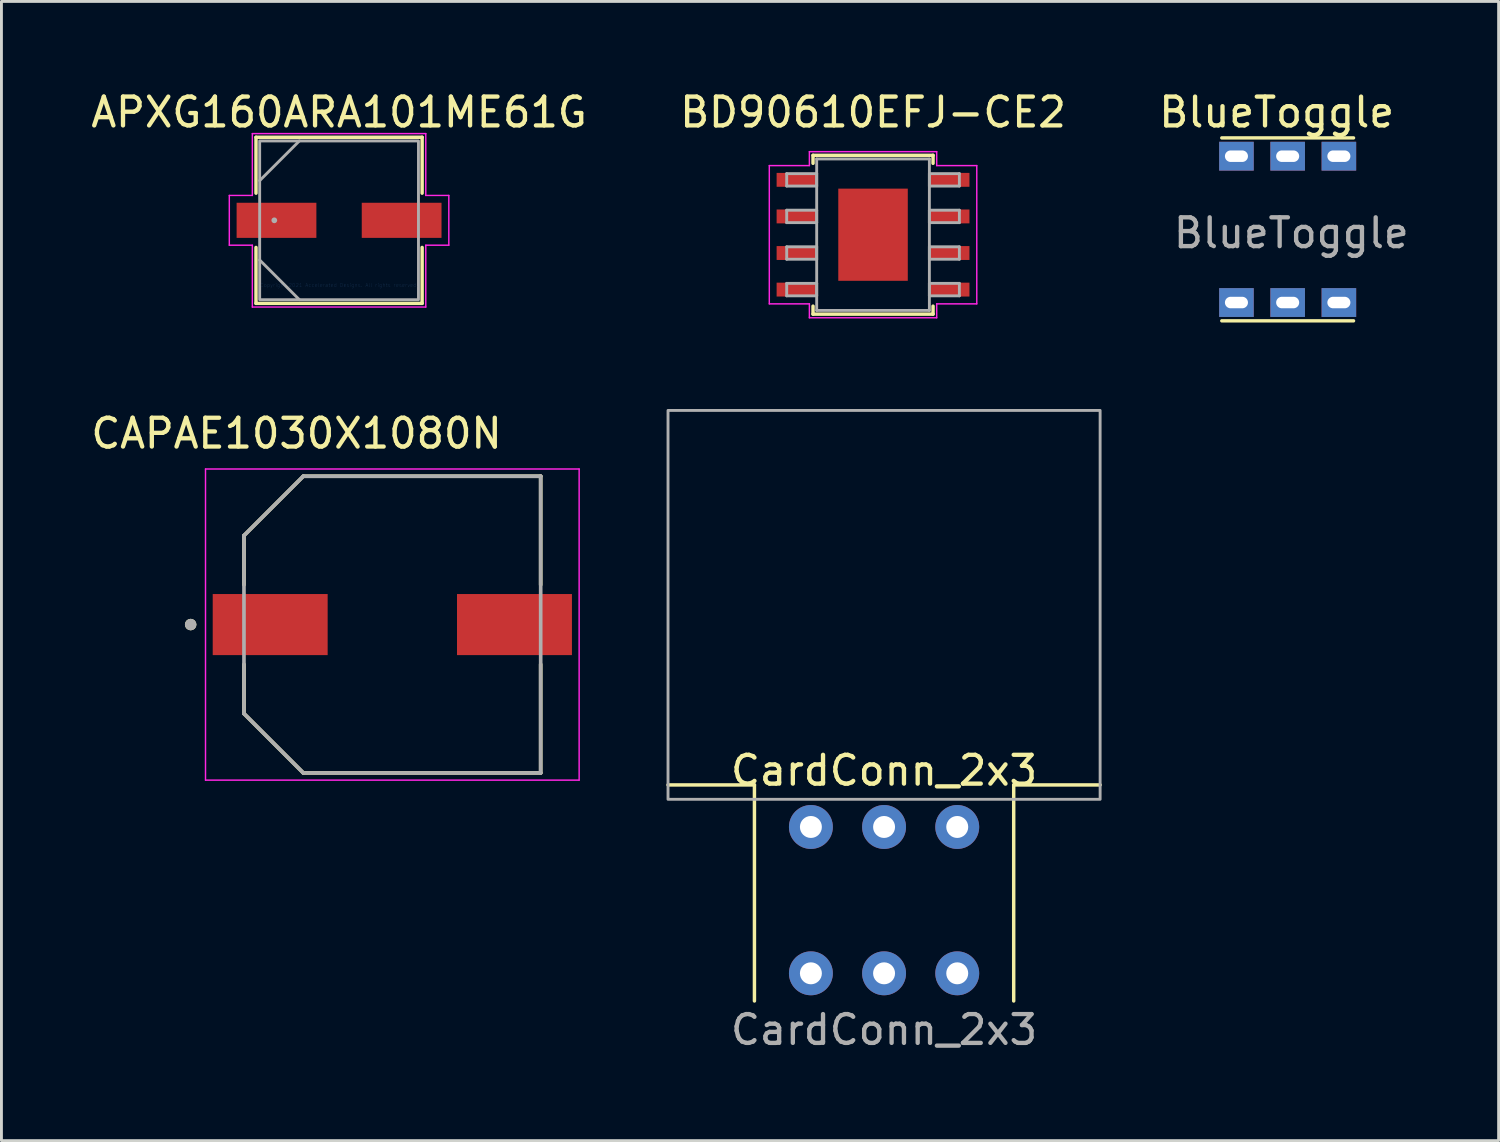
<source format=kicad_pcb>
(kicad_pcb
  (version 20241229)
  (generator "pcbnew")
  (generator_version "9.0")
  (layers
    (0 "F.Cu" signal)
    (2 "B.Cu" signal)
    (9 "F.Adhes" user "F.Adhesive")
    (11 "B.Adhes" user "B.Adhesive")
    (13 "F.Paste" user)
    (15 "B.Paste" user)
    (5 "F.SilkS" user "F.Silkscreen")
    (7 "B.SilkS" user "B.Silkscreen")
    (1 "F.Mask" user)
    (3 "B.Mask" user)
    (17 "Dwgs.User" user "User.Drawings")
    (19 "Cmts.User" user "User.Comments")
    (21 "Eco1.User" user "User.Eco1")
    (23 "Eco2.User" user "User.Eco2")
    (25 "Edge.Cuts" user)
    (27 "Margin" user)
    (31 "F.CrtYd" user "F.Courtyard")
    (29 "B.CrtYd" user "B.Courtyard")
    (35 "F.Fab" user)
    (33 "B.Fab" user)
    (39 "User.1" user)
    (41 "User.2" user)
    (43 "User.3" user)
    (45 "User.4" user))
  (footprint "BlueToggle"
    (layer "F.Cu")
    (at 41.649 4.912)
    (property "Reference" "BlueToggle" (at -0.381 -4.064 0) (unlocked yes) (layer "F.SilkS") (effects (font (size 1 1) (thickness 0.15))))
    (attr through_hole)
    (fp_line (start -2.286 -3.175) (end 2.286 -3.175) (stroke (width 0.12) (type solid)) (layer "F.SilkS"))
    (fp_line (start -2.286 3.175) (end 2.286 3.175) (stroke (width 0.12) (type solid)) (layer "F.SilkS"))
    (fp_text user "${REFERENCE}" (at 0.127 0.127 0) (unlocked yes) (layer "F.Fab") (effects (font (size 1 1) (thickness 0.15))))
    (pad "1" thru_hole rect (at -1.778 -2.54) (size 1.2 1) (drill oval 0.8 0.4) (layers "*.Cu" "*.Mask"))
    (pad "2" thru_hole rect (at 0 -2.54) (size 1.2 1) (drill oval 0.8 0.4) (layers "*.Cu" "*.Mask"))
    (pad "3" thru_hole rect (at 1.778 -2.54) (size 1.2 1) (drill oval 0.8 0.4) (layers "*.Cu" "*.Mask"))
    (pad "4" thru_hole rect (at -1.778 2.54) (size 1.2 1) (drill oval 0.8 0.4) (layers "*.Cu" "*.Mask"))
    (pad "5" thru_hole rect (at 0 2.54) (size 1.2 1) (drill oval 0.8 0.4) (layers "*.Cu" "*.Mask"))
    (pad "6" thru_hole rect (at 1.778 2.54) (size 1.2 1) (drill oval 0.8 0.4) (layers "*.Cu" "*.Mask")))
  (footprint "APXG160ARA101ME61G"
    (layer "F.Cu")
    (at 8.72 4.598)
    (property "Reference" "APXG160ARA101ME61G" (at 0 -3.75 0) (layer "F.SilkS") (effects (font (size 1 1) (thickness 0.15))))
    (attr smd)
    (fp_line (start -2.883 -2.883) (end -2.883 -0.942) (stroke (width 0.12) (type solid)) (layer "F.SilkS"))
    (fp_line (start -2.883 0.942) (end -2.883 2.883) (stroke (width 0.12) (type solid)) (layer "F.SilkS"))
    (fp_line (start -2.883 2.883) (end 2.883 2.883) (stroke (width 0.12) (type solid)) (layer "F.SilkS"))
    (fp_line (start 2.883 -2.883) (end -2.883 -2.883) (stroke (width 0.12) (type solid)) (layer "F.SilkS"))
    (fp_line (start 2.883 -0.942) (end 2.883 -2.883) (stroke (width 0.12) (type solid)) (layer "F.SilkS"))
    (fp_line (start 2.883 2.883) (end 2.883 0.942) (stroke (width 0.12) (type solid)) (layer "F.SilkS"))
    (fp_line (start -3.81 -0.864) (end -3.01 -0.864) (stroke (width 0.05) (type solid)) (layer "F.CrtYd"))
    (fp_line (start -3.81 0.864) (end -3.81 -0.864) (stroke (width 0.05) (type solid)) (layer "F.CrtYd"))
    (fp_line (start -3.01 -3.01) (end 3.01 -3.01) (stroke (width 0.05) (type solid)) (layer "F.CrtYd"))
    (fp_line (start -3.01 -0.864) (end -3.01 -3.01) (stroke (width 0.05) (type solid)) (layer "F.CrtYd"))
    (fp_line (start -3.01 0.864) (end -3.81 0.864) (stroke (width 0.05) (type solid)) (layer "F.CrtYd"))
    (fp_line (start -3.01 3.01) (end -3.01 0.864) (stroke (width 0.05) (type solid)) (layer "F.CrtYd"))
    (fp_line (start 3.01 -3.01) (end 3.01 -0.864) (stroke (width 0.05) (type solid)) (layer "F.CrtYd"))
    (fp_line (start 3.01 -0.864) (end 3.81 -0.864) (stroke (width 0.05) (type solid)) (layer "F.CrtYd"))
    (fp_line (start 3.01 0.864) (end 3.01 3.01) (stroke (width 0.05) (type solid)) (layer "F.CrtYd"))
    (fp_line (start 3.01 3.01) (end -3.01 3.01) (stroke (width 0.05) (type solid)) (layer "F.CrtYd"))
    (fp_line (start 3.81 -0.864) (end 3.81 0.864) (stroke (width 0.05) (type solid)) (layer "F.CrtYd"))
    (fp_line (start 3.81 0.864) (end 3.01 0.864) (stroke (width 0.05) (type solid)) (layer "F.CrtYd"))
    (fp_line (start -2.756 -1.378) (end -1.378 -2.756) (stroke (width 0.1) (type solid)) (layer "F.Fab"))
    (fp_line (start -2.756 1.378) (end -1.378 2.756) (stroke (width 0.1) (type solid)) (layer "F.Fab"))
    (fp_rect (start -2.756 -2.756) (end 2.756 2.756) (stroke (width 0.1) (type solid)) (fill no) (layer "F.Fab"))
    (fp_circle (center -2.248 0) (end -2.248 0) (stroke (width 0.1) (type solid)) (fill no) (layer "F.Fab"))
    (fp_text user "Copyright 2021 Accelerated Designs. All rights reserved." (at 0 2.25 0) (layer "Cmts.User") (effects (font (size 0.127 0.127) (thickness 0.002))))
    (pad "1" smd rect (at -2.172 0) (size 2.769 1.219) (layers "F.Cu" "F.Mask" "F.Paste"))
    (pad "2" smd rect (at 2.172 0) (size 2.769 1.219) (layers "F.Cu" "F.Mask" "F.Paste")))
  (footprint "BD90610EFJ-CE2"
    (layer "F.Cu")
    (at 27.256 5.098)
    (property "Reference" "BD90610EFJ-CE2" (at 0 -4.25 0) (layer "F.SilkS") (effects (font (size 1 1) (thickness 0.15))))
    (attr smd)
    (fp_line (start -2.083 -2.756) (end -2.083 -2.479) (stroke (width 0.12) (type solid)) (layer "F.SilkS"))
    (fp_line (start -2.083 2.479) (end -2.083 2.756) (stroke (width 0.12) (type solid)) (layer "F.SilkS"))
    (fp_line (start -2.083 2.756) (end 2.083 2.756) (stroke (width 0.12) (type solid)) (layer "F.SilkS"))
    (fp_line (start 2.083 -2.756) (end -2.083 -2.756) (stroke (width 0.12) (type solid)) (layer "F.SilkS"))
    (fp_line (start 2.083 -2.479) (end 2.083 -2.756) (stroke (width 0.12) (type solid)) (layer "F.SilkS"))
    (fp_line (start 2.083 2.756) (end 2.083 2.479) (stroke (width 0.12) (type solid)) (layer "F.SilkS"))
    (fp_poly (pts (xy -1.107 -1.5) (xy -1.107 -0.1) (xy 1.107 -0.1) (xy 1.107 -1.5)) (stroke (width 0.1) (type solid)) (fill yes) (layer "F.Paste"))
    (fp_poly (pts (xy -1.107 0.1) (xy -1.107 1.5) (xy 1.107 1.5) (xy 1.107 0.1)) (stroke (width 0.1) (type solid)) (fill yes) (layer "F.Paste"))
    (fp_line (start -3.601 -2.4) (end -2.21 -2.4) (stroke (width 0.05) (type solid)) (layer "F.CrtYd"))
    (fp_line (start -3.601 2.4) (end -3.601 -2.4) (stroke (width 0.05) (type solid)) (layer "F.CrtYd"))
    (fp_line (start -2.21 -2.883) (end 2.21 -2.883) (stroke (width 0.05) (type solid)) (layer "F.CrtYd"))
    (fp_line (start -2.21 -2.4) (end -2.21 -2.883) (stroke (width 0.05) (type solid)) (layer "F.CrtYd"))
    (fp_line (start -2.21 2.4) (end -3.601 2.4) (stroke (width 0.05) (type solid)) (layer "F.CrtYd"))
    (fp_line (start -2.21 2.883) (end -2.21 2.4) (stroke (width 0.05) (type solid)) (layer "F.CrtYd"))
    (fp_line (start 2.21 -2.883) (end 2.21 -2.4) (stroke (width 0.05) (type solid)) (layer "F.CrtYd"))
    (fp_line (start 2.21 2.4) (end 2.21 2.883) (stroke (width 0.05) (type solid)) (layer "F.CrtYd"))
    (fp_line (start 2.21 2.883) (end -2.21 2.883) (stroke (width 0.05) (type solid)) (layer "F.CrtYd"))
    (fp_line (start 3.601 -2.4) (end 2.21 -2.4) (stroke (width 0.05) (type solid)) (layer "F.CrtYd"))
    (fp_line (start 3.601 -2.4) (end 3.601 2.4) (stroke (width 0.05) (type solid)) (layer "F.CrtYd"))
    (fp_line (start 3.601 2.4) (end 2.21 2.4) (stroke (width 0.05) (type solid)) (layer "F.CrtYd"))
    (fp_line (start -2.997 -2.121) (end -2.997 -1.689) (stroke (width 0.1) (type solid)) (layer "F.Fab"))
    (fp_line (start -2.997 -1.689) (end -1.956 -1.689) (stroke (width 0.1) (type solid)) (layer "F.Fab"))
    (fp_line (start -2.997 -0.851) (end -2.997 -0.419) (stroke (width 0.1) (type solid)) (layer "F.Fab"))
    (fp_line (start -2.997 -0.419) (end -1.956 -0.419) (stroke (width 0.1) (type solid)) (layer "F.Fab"))
    (fp_line (start -2.997 0.419) (end -2.997 0.851) (stroke (width 0.1) (type solid)) (layer "F.Fab"))
    (fp_line (start -2.997 0.851) (end -1.956 0.851) (stroke (width 0.1) (type solid)) (layer "F.Fab"))
    (fp_line (start -2.997 1.689) (end -2.997 2.121) (stroke (width 0.1) (type solid)) (layer "F.Fab"))
    (fp_line (start -2.997 2.121) (end -1.956 2.121) (stroke (width 0.1) (type solid)) (layer "F.Fab"))
    (fp_line (start -1.956 -2.629) (end -1.956 2.629) (stroke (width 0.1) (type solid)) (layer "F.Fab"))
    (fp_line (start -1.956 -2.121) (end -2.997 -2.121) (stroke (width 0.1) (type solid)) (layer "F.Fab"))
    (fp_line (start -1.956 -1.689) (end -1.956 -2.121) (stroke (width 0.1) (type solid)) (layer "F.Fab"))
    (fp_line (start -1.956 -0.851) (end -2.997 -0.851) (stroke (width 0.1) (type solid)) (layer "F.Fab"))
    (fp_line (start -1.956 -0.419) (end -1.956 -0.851) (stroke (width 0.1) (type solid)) (layer "F.Fab"))
    (fp_line (start -1.956 0.419) (end -2.997 0.419) (stroke (width 0.1) (type solid)) (layer "F.Fab"))
    (fp_line (start -1.956 0.851) (end -1.956 0.419) (stroke (width 0.1) (type solid)) (layer "F.Fab"))
    (fp_line (start -1.956 1.689) (end -2.997 1.689) (stroke (width 0.1) (type solid)) (layer "F.Fab"))
    (fp_line (start -1.956 2.121) (end -1.956 1.689) (stroke (width 0.1) (type solid)) (layer "F.Fab"))
    (fp_line (start -1.956 2.629) (end 1.956 2.629) (stroke (width 0.1) (type solid)) (layer "F.Fab"))
    (fp_line (start 1.956 -2.629) (end -1.956 -2.629) (stroke (width 0.1) (type solid)) (layer "F.Fab"))
    (fp_line (start 1.956 -2.121) (end 1.956 -1.689) (stroke (width 0.1) (type solid)) (layer "F.Fab"))
    (fp_line (start 1.956 -1.689) (end 2.997 -1.689) (stroke (width 0.1) (type solid)) (layer "F.Fab"))
    (fp_line (start 1.956 -0.851) (end 1.956 -0.419) (stroke (width 0.1) (type solid)) (layer "F.Fab"))
    (fp_line (start 1.956 -0.419) (end 2.997 -0.419) (stroke (width 0.1) (type solid)) (layer "F.Fab"))
    (fp_line (start 1.956 0.419) (end 1.956 0.851) (stroke (width 0.1) (type solid)) (layer "F.Fab"))
    (fp_line (start 1.956 0.851) (end 2.997 0.851) (stroke (width 0.1) (type solid)) (layer "F.Fab"))
    (fp_line (start 1.956 1.689) (end 1.956 2.121) (stroke (width 0.1) (type solid)) (layer "F.Fab"))
    (fp_line (start 1.956 2.121) (end 2.997 2.121) (stroke (width 0.1) (type solid)) (layer "F.Fab"))
    (fp_line (start 1.956 2.629) (end 1.956 -2.629) (stroke (width 0.1) (type solid)) (layer "F.Fab"))
    (fp_line (start 2.997 -2.121) (end 1.956 -2.121) (stroke (width 0.1) (type solid)) (layer "F.Fab"))
    (fp_line (start 2.997 -1.689) (end 2.997 -2.121) (stroke (width 0.1) (type solid)) (layer "F.Fab"))
    (fp_line (start 2.997 -0.851) (end 1.956 -0.851) (stroke (width 0.1) (type solid)) (layer "F.Fab"))
    (fp_line (start 2.997 -0.419) (end 2.997 -0.851) (stroke (width 0.1) (type solid)) (layer "F.Fab"))
    (fp_line (start 2.997 0.419) (end 1.956 0.419) (stroke (width 0.1) (type solid)) (layer "F.Fab"))
    (fp_line (start 2.997 0.851) (end 2.997 0.419) (stroke (width 0.1) (type solid)) (layer "F.Fab"))
    (fp_line (start 2.997 1.689) (end 1.956 1.689) (stroke (width 0.1) (type solid)) (layer "F.Fab"))
    (fp_line (start 2.997 2.121) (end 2.997 1.689) (stroke (width 0.1) (type solid)) (layer "F.Fab"))
    (pad "1" smd rect (at -2.667 -1.905) (size 1.36 0.482) (layers "F.Cu" "F.Mask" "F.Paste"))
    (pad "2" smd rect (at -2.667 -0.635) (size 1.36 0.482) (layers "F.Cu" "F.Mask" "F.Paste"))
    (pad "3" smd rect (at -2.667 0.635) (size 1.36 0.482) (layers "F.Cu" "F.Mask" "F.Paste"))
    (pad "4" smd rect (at -2.667 1.905) (size 1.36 0.482) (layers "F.Cu" "F.Mask" "F.Paste"))
    (pad "5" smd rect (at 2.667 1.905) (size 1.36 0.482) (layers "F.Cu" "F.Mask" "F.Paste"))
    (pad "6" smd rect (at 2.667 0.635) (size 1.36 0.482) (layers "F.Cu" "F.Mask" "F.Paste"))
    (pad "7" smd rect (at 2.667 -0.635) (size 1.36 0.482) (layers "F.Cu" "F.Mask" "F.Paste"))
    (pad "8" smd rect (at 2.667 -1.905) (size 1.36 0.482) (layers "F.Cu" "F.Mask" "F.Paste"))
    (pad "EPAD" smd rect (at 0 0) (size 2.413 3.2) (layers "F.Cu" "F.Mask")))
  (footprint "CardConn_2x3"
    (layer "F.Cu")
    (at 27.639 28.197)
    (property "Reference" "CardConn_2x3" (at 0 -4.5 0) (unlocked yes) (layer "F.SilkS") (effects (font (size 1 1) (thickness 0.15))))
    (attr through_hole)
    (fp_line (start -4.5 -4) (end -7.5 -4) (stroke (width 0.12) (type solid)) (layer "F.SilkS"))
    (fp_line (start -4.5 3.5) (end -4.5 -4) (stroke (width 0.12) (type solid)) (layer "F.SilkS"))
    (fp_line (start 4.5 -4) (end 7.5 -4) (stroke (width 0.12) (type solid)) (layer "F.SilkS"))
    (fp_line (start 4.5 3.5) (end 4.5 -4) (stroke (width 0.12) (type solid)) (layer "F.SilkS"))
    (fp_rect (start 7.5 -17) (end -7.5 -3.5) (stroke (width 0.1) (type solid)) (fill no) (layer "F.Fab"))
    (fp_text user "${REFERENCE}" (at 0 4.5 0) (unlocked yes) (layer "F.Fab") (effects (font (size 1 1) (thickness 0.15))))
    (pad "1" thru_hole circle (at -2.54 -2.54) (size 1.524 1.524) (drill 0.762) (layers "*.Cu" "*.Mask"))
    (pad "2" thru_hole circle (at 0 -2.54) (size 1.524 1.524) (drill 0.762) (layers "*.Cu" "*.Mask"))
    (pad "3" thru_hole circle (at 2.54 -2.54) (size 1.524 1.524) (drill 0.762) (layers "*.Cu" "*.Mask"))
    (pad "4" thru_hole circle (at 2.54 2.54) (size 1.524 1.524) (drill 0.762) (layers "*.Cu" "*.Mask"))
    (pad "5" thru_hole circle (at 0 2.54) (size 1.524 1.524) (drill 0.762) (layers "*.Cu" "*.Mask"))
    (pad "6" thru_hole circle (at -2.54 2.54) (size 1.524 1.524) (drill 0.762) (layers "*.Cu" "*.Mask")))
  (footprint "CAPAE1030X1080N"
    (layer "F.Cu")
    (at 10.569 18.631)
    (property "Reference" "CAPAE1030X1080N" (at -3.325 -6.635 0) (layer "F.SilkS") (effects (font (size 1 1) (thickness 0.15))))
    (attr smd)
    (fp_line (start -5.15 -3.09) (end -3.09 -5.15) (stroke (width 0.127) (type solid)) (layer "F.SilkS"))
    (fp_line (start -5.15 -1.38) (end -5.15 -3.09) (stroke (width 0.127) (type solid)) (layer "F.SilkS"))
    (fp_line (start -5.15 3.09) (end -5.15 1.38) (stroke (width 0.127) (type solid)) (layer "F.SilkS"))
    (fp_line (start -3.09 -5.15) (end 5.15 -5.15) (stroke (width 0.127) (type solid)) (layer "F.SilkS"))
    (fp_line (start -3.09 5.15) (end -5.15 3.09) (stroke (width 0.127) (type solid)) (layer "F.SilkS"))
    (fp_line (start 5.15 -5.15) (end 5.15 -1.38) (stroke (width 0.127) (type solid)) (layer "F.SilkS"))
    (fp_line (start 5.15 5.15) (end -3.09 5.15) (stroke (width 0.127) (type solid)) (layer "F.SilkS"))
    (fp_line (start 5.15 5.15) (end 5.15 1.38) (stroke (width 0.127) (type solid)) (layer "F.SilkS"))
    (fp_circle (center -7 0) (end -6.9 0) (stroke (width 0.2) (type solid)) (fill no) (layer "F.SilkS"))
    (fp_line (start -6.485 -5.4) (end -6.485 5.4) (stroke (width 0.05) (type solid)) (layer "F.CrtYd"))
    (fp_line (start -6.485 5.4) (end 6.485 5.4) (stroke (width 0.05) (type solid)) (layer "F.CrtYd"))
    (fp_line (start 6.485 -5.4) (end -6.485 -5.4) (stroke (width 0.05) (type solid)) (layer "F.CrtYd"))
    (fp_line (start 6.485 5.4) (end 6.485 -5.4) (stroke (width 0.05) (type solid)) (layer "F.CrtYd"))
    (fp_line (start -5.15 -3.09) (end -3.09 -5.15) (stroke (width 0.127) (type solid)) (layer "F.Fab"))
    (fp_line (start -5.15 3.09) (end -5.15 -3.09) (stroke (width 0.127) (type solid)) (layer "F.Fab"))
    (fp_line (start -3.09 -5.15) (end 5.15 -5.15) (stroke (width 0.127) (type solid)) (layer "F.Fab"))
    (fp_line (start -3.09 5.15) (end -5.15 3.09) (stroke (width 0.127) (type solid)) (layer "F.Fab"))
    (fp_line (start 5.15 -5.15) (end 5.15 5.15) (stroke (width 0.127) (type solid)) (layer "F.Fab"))
    (fp_line (start 5.15 5.15) (end -3.09 5.15) (stroke (width 0.127) (type solid)) (layer "F.Fab"))
    (fp_circle (center -7 0) (end -6.9 0) (stroke (width 0.2) (type solid)) (fill no) (layer "F.Fab"))
    (pad "1" smd rect (at -4.24 0) (size 3.99 2.12) (layers "F.Cu" "F.Mask" "F.Paste"))
    (pad "2" smd rect (at 4.24 0) (size 3.99 2.12) (layers "F.Cu" "F.Mask" "F.Paste")))
  (gr_rect
    (start -3 -3)
    (end 48.972 36.545)
    (stroke (width 0.1) (type default))
    (fill no)
    (layer "Edge.Cuts")))
</source>
